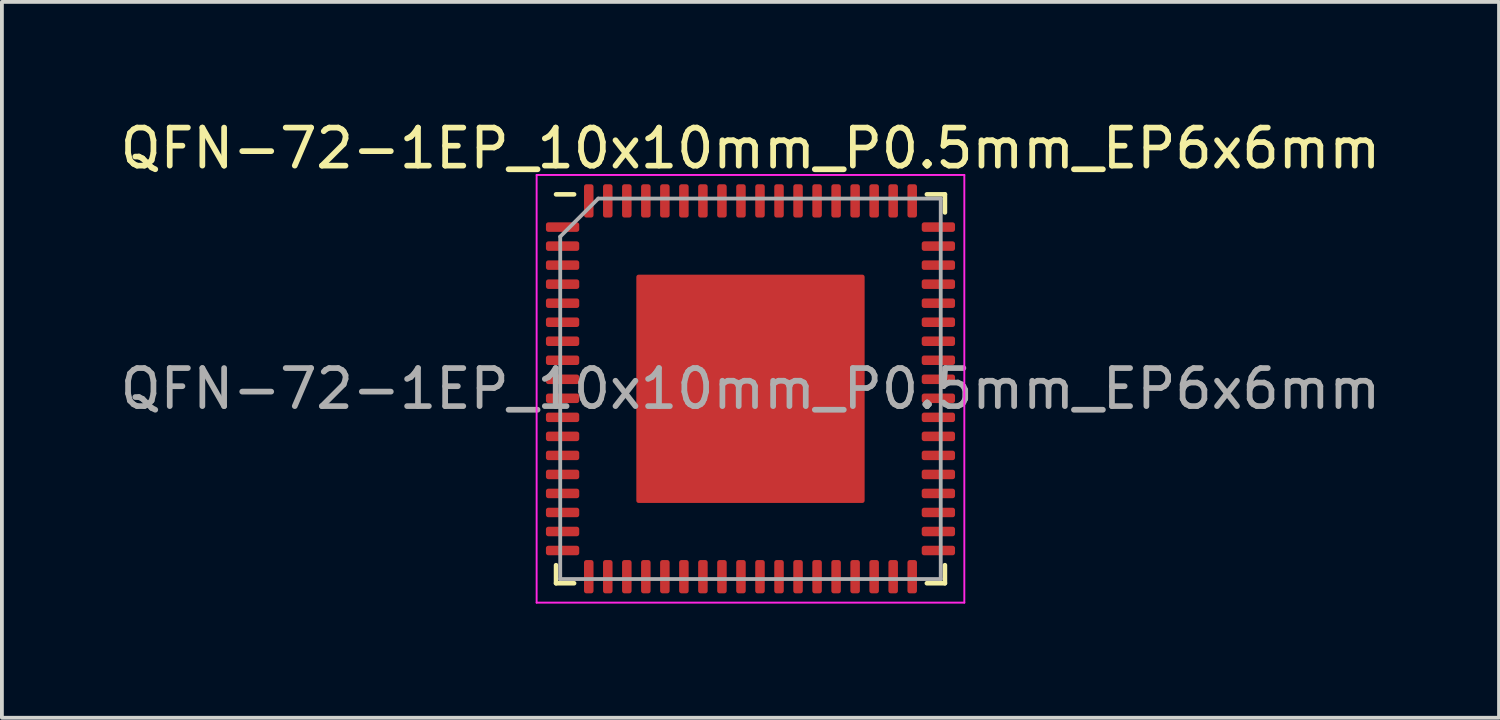
<source format=kicad_pcb>
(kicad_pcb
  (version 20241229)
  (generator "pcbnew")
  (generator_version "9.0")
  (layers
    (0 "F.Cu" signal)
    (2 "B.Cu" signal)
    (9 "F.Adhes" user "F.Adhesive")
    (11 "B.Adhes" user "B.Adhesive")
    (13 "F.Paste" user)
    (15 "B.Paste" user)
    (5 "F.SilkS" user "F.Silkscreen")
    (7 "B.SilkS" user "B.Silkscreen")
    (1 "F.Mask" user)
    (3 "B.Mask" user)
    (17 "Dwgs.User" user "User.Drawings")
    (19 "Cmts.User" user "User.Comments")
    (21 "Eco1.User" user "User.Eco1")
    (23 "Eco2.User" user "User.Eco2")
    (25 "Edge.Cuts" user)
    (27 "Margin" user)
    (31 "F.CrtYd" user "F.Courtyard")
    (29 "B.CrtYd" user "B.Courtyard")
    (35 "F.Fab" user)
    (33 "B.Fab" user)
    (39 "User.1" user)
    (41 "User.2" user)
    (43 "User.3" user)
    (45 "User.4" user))
  (footprint "QFN-72-1EP_10x10mm_P0.5mm_EP6x6mm"
    (layer "F.Cu")
    (at 16.673 7.168)
    (property "Reference" "QFN-72-1EP_10x10mm_P0.5mm_EP6x6mm" (at 0 -6.32 0) (layer "F.SilkS") (effects (font (size 1 1) (thickness 0.15))))
    (attr smd)
    (fp_line (start -5.11 5.11) (end -5.11 4.635) (stroke (width 0.12) (type solid)) (layer "F.SilkS"))
    (fp_line (start -4.635 -5.11) (end -5.11 -5.11) (stroke (width 0.12) (type solid)) (layer "F.SilkS"))
    (fp_line (start -4.635 5.11) (end -5.11 5.11) (stroke (width 0.12) (type solid)) (layer "F.SilkS"))
    (fp_line (start 4.635 -5.11) (end 5.11 -5.11) (stroke (width 0.12) (type solid)) (layer "F.SilkS"))
    (fp_line (start 4.635 5.11) (end 5.11 5.11) (stroke (width 0.12) (type solid)) (layer "F.SilkS"))
    (fp_line (start 5.11 -5.11) (end 5.11 -4.635) (stroke (width 0.12) (type solid)) (layer "F.SilkS"))
    (fp_line (start 5.11 5.11) (end 5.11 4.635) (stroke (width 0.12) (type solid)) (layer "F.SilkS"))
    (fp_line (start -5.62 -5.62) (end -5.62 5.62) (stroke (width 0.05) (type solid)) (layer "F.CrtYd"))
    (fp_line (start -5.62 5.62) (end 5.62 5.62) (stroke (width 0.05) (type solid)) (layer "F.CrtYd"))
    (fp_line (start 5.62 -5.62) (end -5.62 -5.62) (stroke (width 0.05) (type solid)) (layer "F.CrtYd"))
    (fp_line (start 5.62 5.62) (end 5.62 -5.62) (stroke (width 0.05) (type solid)) (layer "F.CrtYd"))
    (fp_line (start -5 -4) (end -4 -5) (stroke (width 0.1) (type solid)) (layer "F.Fab"))
    (fp_line (start -5 5) (end -5 -4) (stroke (width 0.1) (type solid)) (layer "F.Fab"))
    (fp_line (start -4 -5) (end 5 -5) (stroke (width 0.1) (type solid)) (layer "F.Fab"))
    (fp_line (start 5 -5) (end 5 5) (stroke (width 0.1) (type solid)) (layer "F.Fab"))
    (fp_line (start 5 5) (end -5 5) (stroke (width 0.1) (type solid)) (layer "F.Fab"))
    (fp_text user "${REFERENCE}" (at 0 0 0) (layer "F.Fab") (effects (font (size 1 1) (thickness 0.15))))
    (pad "" smd roundrect (at -2 -2) (size 1.61 1.61) (layers "F.Paste") (roundrect_rratio 0.155))
    (pad "" smd roundrect (at -2 0) (size 1.61 1.61) (layers "F.Paste") (roundrect_rratio 0.155))
    (pad "" smd roundrect (at -2 2) (size 1.61 1.61) (layers "F.Paste") (roundrect_rratio 0.155))
    (pad "" smd roundrect (at 0 -2) (size 1.61 1.61) (layers "F.Paste") (roundrect_rratio 0.155))
    (pad "" smd roundrect (at 0 0) (size 1.61 1.61) (layers "F.Paste") (roundrect_rratio 0.155))
    (pad "" smd roundrect (at 0 2) (size 1.61 1.61) (layers "F.Paste") (roundrect_rratio 0.155))
    (pad "" smd roundrect (at 2 -2) (size 1.61 1.61) (layers "F.Paste") (roundrect_rratio 0.155))
    (pad "" smd roundrect (at 2 0) (size 1.61 1.61) (layers "F.Paste") (roundrect_rratio 0.155))
    (pad "" smd roundrect (at 2 2) (size 1.61 1.61) (layers "F.Paste") (roundrect_rratio 0.155))
    (pad "1" smd roundrect (at -4.938 -4.25) (size 0.875 0.25) (layers "F.Cu" "F.Mask" "F.Paste") (roundrect_rratio 0.25))
    (pad "2" smd roundrect (at -4.938 -3.75) (size 0.875 0.25) (layers "F.Cu" "F.Mask" "F.Paste") (roundrect_rratio 0.25))
    (pad "3" smd roundrect (at -4.938 -3.25) (size 0.875 0.25) (layers "F.Cu" "F.Mask" "F.Paste") (roundrect_rratio 0.25))
    (pad "4" smd roundrect (at -4.938 -2.75) (size 0.875 0.25) (layers "F.Cu" "F.Mask" "F.Paste") (roundrect_rratio 0.25))
    (pad "5" smd roundrect (at -4.938 -2.25) (size 0.875 0.25) (layers "F.Cu" "F.Mask" "F.Paste") (roundrect_rratio 0.25))
    (pad "6" smd roundrect (at -4.938 -1.75) (size 0.875 0.25) (layers "F.Cu" "F.Mask" "F.Paste") (roundrect_rratio 0.25))
    (pad "7" smd roundrect (at -4.938 -1.25) (size 0.875 0.25) (layers "F.Cu" "F.Mask" "F.Paste") (roundrect_rratio 0.25))
    (pad "8" smd roundrect (at -4.938 -0.75) (size 0.875 0.25) (layers "F.Cu" "F.Mask" "F.Paste") (roundrect_rratio 0.25))
    (pad "9" smd roundrect (at -4.938 -0.25) (size 0.875 0.25) (layers "F.Cu" "F.Mask" "F.Paste") (roundrect_rratio 0.25))
    (pad "10" smd roundrect (at -4.938 0.25) (size 0.875 0.25) (layers "F.Cu" "F.Mask" "F.Paste") (roundrect_rratio 0.25))
    (pad "11" smd roundrect (at -4.938 0.75) (size 0.875 0.25) (layers "F.Cu" "F.Mask" "F.Paste") (roundrect_rratio 0.25))
    (pad "12" smd roundrect (at -4.938 1.25) (size 0.875 0.25) (layers "F.Cu" "F.Mask" "F.Paste") (roundrect_rratio 0.25))
    (pad "13" smd roundrect (at -4.938 1.75) (size 0.875 0.25) (layers "F.Cu" "F.Mask" "F.Paste") (roundrect_rratio 0.25))
    (pad "14" smd roundrect (at -4.938 2.25) (size 0.875 0.25) (layers "F.Cu" "F.Mask" "F.Paste") (roundrect_rratio 0.25))
    (pad "15" smd roundrect (at -4.938 2.75) (size 0.875 0.25) (layers "F.Cu" "F.Mask" "F.Paste") (roundrect_rratio 0.25))
    (pad "16" smd roundrect (at -4.938 3.25) (size 0.875 0.25) (layers "F.Cu" "F.Mask" "F.Paste") (roundrect_rratio 0.25))
    (pad "17" smd roundrect (at -4.938 3.75) (size 0.875 0.25) (layers "F.Cu" "F.Mask" "F.Paste") (roundrect_rratio 0.25))
    (pad "18" smd roundrect (at -4.938 4.25) (size 0.875 0.25) (layers "F.Cu" "F.Mask" "F.Paste") (roundrect_rratio 0.25))
    (pad "19" smd roundrect (at -4.25 4.938) (size 0.25 0.875) (layers "F.Cu" "F.Mask" "F.Paste") (roundrect_rratio 0.25))
    (pad "20" smd roundrect (at -3.75 4.938) (size 0.25 0.875) (layers "F.Cu" "F.Mask" "F.Paste") (roundrect_rratio 0.25))
    (pad "21" smd roundrect (at -3.25 4.938) (size 0.25 0.875) (layers "F.Cu" "F.Mask" "F.Paste") (roundrect_rratio 0.25))
    (pad "22" smd roundrect (at -2.75 4.938) (size 0.25 0.875) (layers "F.Cu" "F.Mask" "F.Paste") (roundrect_rratio 0.25))
    (pad "23" smd roundrect (at -2.25 4.938) (size 0.25 0.875) (layers "F.Cu" "F.Mask" "F.Paste") (roundrect_rratio 0.25))
    (pad "24" smd roundrect (at -1.75 4.938) (size 0.25 0.875) (layers "F.Cu" "F.Mask" "F.Paste") (roundrect_rratio 0.25))
    (pad "25" smd roundrect (at -1.25 4.938) (size 0.25 0.875) (layers "F.Cu" "F.Mask" "F.Paste") (roundrect_rratio 0.25))
    (pad "26" smd roundrect (at -0.75 4.938) (size 0.25 0.875) (layers "F.Cu" "F.Mask" "F.Paste") (roundrect_rratio 0.25))
    (pad "27" smd roundrect (at -0.25 4.938) (size 0.25 0.875) (layers "F.Cu" "F.Mask" "F.Paste") (roundrect_rratio 0.25))
    (pad "28" smd roundrect (at 0.25 4.938) (size 0.25 0.875) (layers "F.Cu" "F.Mask" "F.Paste") (roundrect_rratio 0.25))
    (pad "29" smd roundrect (at 0.75 4.938) (size 0.25 0.875) (layers "F.Cu" "F.Mask" "F.Paste") (roundrect_rratio 0.25))
    (pad "30" smd roundrect (at 1.25 4.938) (size 0.25 0.875) (layers "F.Cu" "F.Mask" "F.Paste") (roundrect_rratio 0.25))
    (pad "31" smd roundrect (at 1.75 4.938) (size 0.25 0.875) (layers "F.Cu" "F.Mask" "F.Paste") (roundrect_rratio 0.25))
    (pad "32" smd roundrect (at 2.25 4.938) (size 0.25 0.875) (layers "F.Cu" "F.Mask" "F.Paste") (roundrect_rratio 0.25))
    (pad "33" smd roundrect (at 2.75 4.938) (size 0.25 0.875) (layers "F.Cu" "F.Mask" "F.Paste") (roundrect_rratio 0.25))
    (pad "34" smd roundrect (at 3.25 4.938) (size 0.25 0.875) (layers "F.Cu" "F.Mask" "F.Paste") (roundrect_rratio 0.25))
    (pad "35" smd roundrect (at 3.75 4.938) (size 0.25 0.875) (layers "F.Cu" "F.Mask" "F.Paste") (roundrect_rratio 0.25))
    (pad "36" smd roundrect (at 4.25 4.938) (size 0.25 0.875) (layers "F.Cu" "F.Mask" "F.Paste") (roundrect_rratio 0.25))
    (pad "37" smd roundrect (at 4.938 4.25) (size 0.875 0.25) (layers "F.Cu" "F.Mask" "F.Paste") (roundrect_rratio 0.25))
    (pad "38" smd roundrect (at 4.938 3.75) (size 0.875 0.25) (layers "F.Cu" "F.Mask" "F.Paste") (roundrect_rratio 0.25))
    (pad "39" smd roundrect (at 4.938 3.25) (size 0.875 0.25) (layers "F.Cu" "F.Mask" "F.Paste") (roundrect_rratio 0.25))
    (pad "40" smd roundrect (at 4.938 2.75) (size 0.875 0.25) (layers "F.Cu" "F.Mask" "F.Paste") (roundrect_rratio 0.25))
    (pad "41" smd roundrect (at 4.938 2.25) (size 0.875 0.25) (layers "F.Cu" "F.Mask" "F.Paste") (roundrect_rratio 0.25))
    (pad "42" smd roundrect (at 4.938 1.75) (size 0.875 0.25) (layers "F.Cu" "F.Mask" "F.Paste") (roundrect_rratio 0.25))
    (pad "43" smd roundrect (at 4.938 1.25) (size 0.875 0.25) (layers "F.Cu" "F.Mask" "F.Paste") (roundrect_rratio 0.25))
    (pad "44" smd roundrect (at 4.938 0.75) (size 0.875 0.25) (layers "F.Cu" "F.Mask" "F.Paste") (roundrect_rratio 0.25))
    (pad "45" smd roundrect (at 4.938 0.25) (size 0.875 0.25) (layers "F.Cu" "F.Mask" "F.Paste") (roundrect_rratio 0.25))
    (pad "46" smd roundrect (at 4.938 -0.25) (size 0.875 0.25) (layers "F.Cu" "F.Mask" "F.Paste") (roundrect_rratio 0.25))
    (pad "47" smd roundrect (at 4.938 -0.75) (size 0.875 0.25) (layers "F.Cu" "F.Mask" "F.Paste") (roundrect_rratio 0.25))
    (pad "48" smd roundrect (at 4.938 -1.25) (size 0.875 0.25) (layers "F.Cu" "F.Mask" "F.Paste") (roundrect_rratio 0.25))
    (pad "49" smd roundrect (at 4.938 -1.75) (size 0.875 0.25) (layers "F.Cu" "F.Mask" "F.Paste") (roundrect_rratio 0.25))
    (pad "50" smd roundrect (at 4.938 -2.25) (size 0.875 0.25) (layers "F.Cu" "F.Mask" "F.Paste") (roundrect_rratio 0.25))
    (pad "51" smd roundrect (at 4.938 -2.75) (size 0.875 0.25) (layers "F.Cu" "F.Mask" "F.Paste") (roundrect_rratio 0.25))
    (pad "52" smd roundrect (at 4.938 -3.25) (size 0.875 0.25) (layers "F.Cu" "F.Mask" "F.Paste") (roundrect_rratio 0.25))
    (pad "53" smd roundrect (at 4.938 -3.75) (size 0.875 0.25) (layers "F.Cu" "F.Mask" "F.Paste") (roundrect_rratio 0.25))
    (pad "54" smd roundrect (at 4.938 -4.25) (size 0.875 0.25) (layers "F.Cu" "F.Mask" "F.Paste") (roundrect_rratio 0.25))
    (pad "55" smd roundrect (at 4.25 -4.938) (size 0.25 0.875) (layers "F.Cu" "F.Mask" "F.Paste") (roundrect_rratio 0.25))
    (pad "56" smd roundrect (at 3.75 -4.938) (size 0.25 0.875) (layers "F.Cu" "F.Mask" "F.Paste") (roundrect_rratio 0.25))
    (pad "57" smd roundrect (at 3.25 -4.938) (size 0.25 0.875) (layers "F.Cu" "F.Mask" "F.Paste") (roundrect_rratio 0.25))
    (pad "58" smd roundrect (at 2.75 -4.938) (size 0.25 0.875) (layers "F.Cu" "F.Mask" "F.Paste") (roundrect_rratio 0.25))
    (pad "59" smd roundrect (at 2.25 -4.938) (size 0.25 0.875) (layers "F.Cu" "F.Mask" "F.Paste") (roundrect_rratio 0.25))
    (pad "60" smd roundrect (at 1.75 -4.938) (size 0.25 0.875) (layers "F.Cu" "F.Mask" "F.Paste") (roundrect_rratio 0.25))
    (pad "61" smd roundrect (at 1.25 -4.938) (size 0.25 0.875) (layers "F.Cu" "F.Mask" "F.Paste") (roundrect_rratio 0.25))
    (pad "62" smd roundrect (at 0.75 -4.938) (size 0.25 0.875) (layers "F.Cu" "F.Mask" "F.Paste") (roundrect_rratio 0.25))
    (pad "63" smd roundrect (at 0.25 -4.938) (size 0.25 0.875) (layers "F.Cu" "F.Mask" "F.Paste") (roundrect_rratio 0.25))
    (pad "64" smd roundrect (at -0.25 -4.938) (size 0.25 0.875) (layers "F.Cu" "F.Mask" "F.Paste") (roundrect_rratio 0.25))
    (pad "65" smd roundrect (at -0.75 -4.938) (size 0.25 0.875) (layers "F.Cu" "F.Mask" "F.Paste") (roundrect_rratio 0.25))
    (pad "66" smd roundrect (at -1.25 -4.938) (size 0.25 0.875) (layers "F.Cu" "F.Mask" "F.Paste") (roundrect_rratio 0.25))
    (pad "67" smd roundrect (at -1.75 -4.938) (size 0.25 0.875) (layers "F.Cu" "F.Mask" "F.Paste") (roundrect_rratio 0.25))
    (pad "68" smd roundrect (at -2.25 -4.938) (size 0.25 0.875) (layers "F.Cu" "F.Mask" "F.Paste") (roundrect_rratio 0.25))
    (pad "69" smd roundrect (at -2.75 -4.938) (size 0.25 0.875) (layers "F.Cu" "F.Mask" "F.Paste") (roundrect_rratio 0.25))
    (pad "70" smd roundrect (at -3.25 -4.938) (size 0.25 0.875) (layers "F.Cu" "F.Mask" "F.Paste") (roundrect_rratio 0.25))
    (pad "71" smd roundrect (at -3.75 -4.938) (size 0.25 0.875) (layers "F.Cu" "F.Mask" "F.Paste") (roundrect_rratio 0.25))
    (pad "72" smd roundrect (at -4.25 -4.938) (size 0.25 0.875) (layers "F.Cu" "F.Mask" "F.Paste") (roundrect_rratio 0.25))
    (pad "73" smd roundrect (at 0 0) (size 6 6) (layers "F.Cu" "F.Mask") (roundrect_rratio 0.01)))
  (gr_rect
    (start -3 -3)
    (end 36.345 15.813)
    (stroke (width 0.1) (type default))
    (fill no)
    (layer "Edge.Cuts")))
</source>
